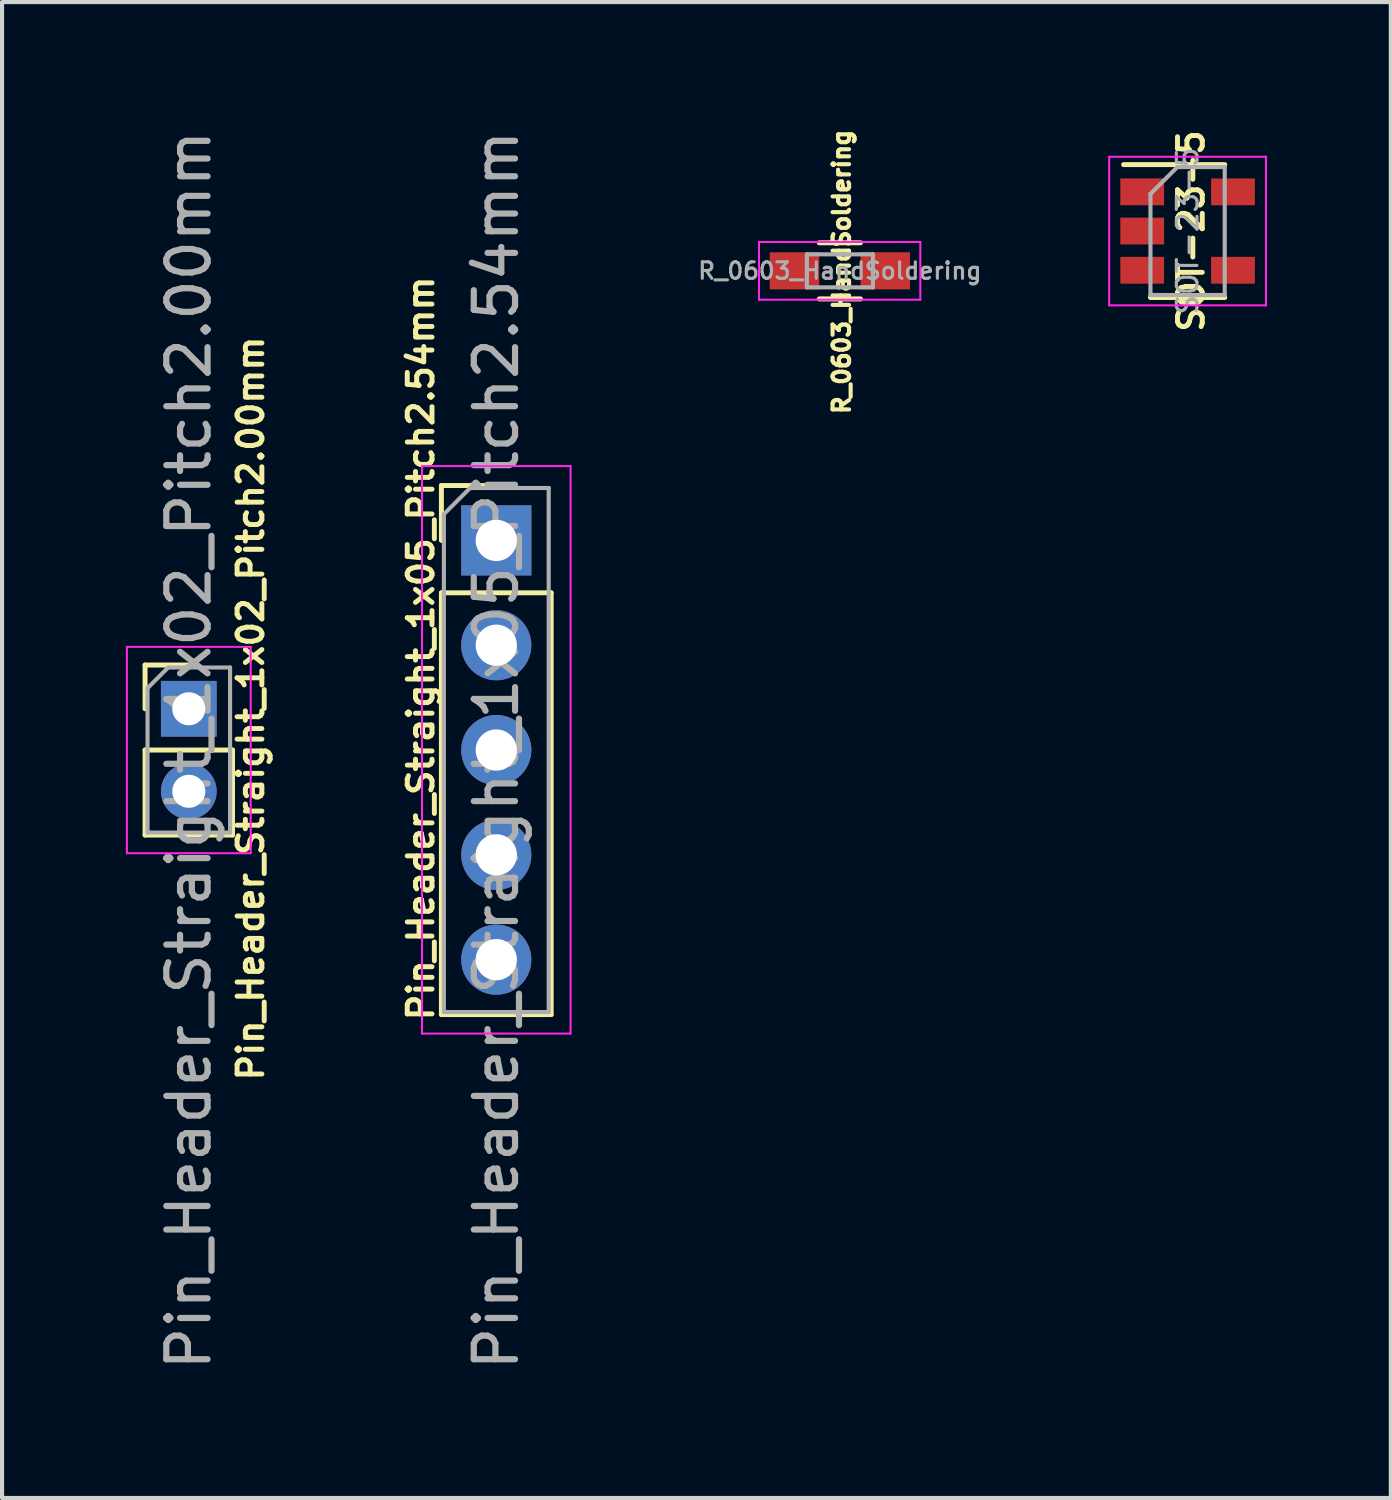
<source format=kicad_pcb>
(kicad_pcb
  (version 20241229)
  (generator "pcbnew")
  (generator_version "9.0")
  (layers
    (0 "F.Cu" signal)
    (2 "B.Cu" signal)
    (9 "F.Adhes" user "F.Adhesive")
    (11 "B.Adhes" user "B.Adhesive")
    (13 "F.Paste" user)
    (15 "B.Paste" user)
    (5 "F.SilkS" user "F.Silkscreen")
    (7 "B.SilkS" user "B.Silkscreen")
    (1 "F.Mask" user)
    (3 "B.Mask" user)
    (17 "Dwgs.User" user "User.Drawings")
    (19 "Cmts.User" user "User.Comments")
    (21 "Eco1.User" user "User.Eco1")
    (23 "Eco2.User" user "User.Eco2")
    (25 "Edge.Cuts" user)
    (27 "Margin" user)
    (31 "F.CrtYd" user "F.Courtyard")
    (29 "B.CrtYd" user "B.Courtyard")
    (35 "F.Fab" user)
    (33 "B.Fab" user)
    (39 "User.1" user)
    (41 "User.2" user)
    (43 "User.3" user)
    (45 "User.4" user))
  (footprint "Pin_Header_Straight_1x02_Pitch2.00mm"
    (layer "F.Cu")
    (at 1.525 14.125)
    (property "Reference" "Pin_Header_Straight_1x02_Pitch2.00mm" (at 1.499 -0.007 270) (layer "F.SilkS") (effects (font (size 0.6 0.6) (thickness 0.12))))
    (attr through_hole)
    (fp_line (start -1.06 -1.06) (end 0 -1.06) (stroke (width 0.12) (type solid)) (layer "F.SilkS"))
    (fp_line (start -1.06 0) (end -1.06 -1.06) (stroke (width 0.12) (type solid)) (layer "F.SilkS"))
    (fp_line (start -1.06 1) (end -1.06 3.06) (stroke (width 0.12) (type solid)) (layer "F.SilkS"))
    (fp_line (start -1.06 1) (end 1.06 1) (stroke (width 0.12) (type solid)) (layer "F.SilkS"))
    (fp_line (start -1.06 3.06) (end 1.06 3.06) (stroke (width 0.12) (type solid)) (layer "F.SilkS"))
    (fp_line (start 1.06 1) (end 1.06 3.06) (stroke (width 0.12) (type solid)) (layer "F.SilkS"))
    (fp_line (start -1.5 -1.5) (end -1.5 3.5) (stroke (width 0.05) (type solid)) (layer "F.CrtYd"))
    (fp_line (start -1.5 3.5) (end 1.5 3.5) (stroke (width 0.05) (type solid)) (layer "F.CrtYd"))
    (fp_line (start 1.5 -1.5) (end -1.5 -1.5) (stroke (width 0.05) (type solid)) (layer "F.CrtYd"))
    (fp_line (start 1.5 3.5) (end 1.5 -1.5) (stroke (width 0.05) (type solid)) (layer "F.CrtYd"))
    (fp_line (start -1 -0.5) (end -0.5 -1) (stroke (width 0.1) (type solid)) (layer "F.Fab"))
    (fp_line (start -1 3) (end -1 -0.5) (stroke (width 0.1) (type solid)) (layer "F.Fab"))
    (fp_line (start -0.5 -1) (end 1 -1) (stroke (width 0.1) (type solid)) (layer "F.Fab"))
    (fp_line (start 1 -1) (end 1 3) (stroke (width 0.1) (type solid)) (layer "F.Fab"))
    (fp_line (start 1 3) (end -1 3) (stroke (width 0.1) (type solid)) (layer "F.Fab"))
    (fp_text user "${REFERENCE}" (at 0 1 90) (layer "F.Fab") (effects (font (size 1 1) (thickness 0.15))))
    (pad "1" thru_hole rect (at 0 0) (size 1.35 1.35) (drill 0.8) (layers "*.Cu" "*.Mask"))
    (pad "2" thru_hole oval (at 0 2) (size 1.35 1.35) (drill 0.8) (layers "*.Cu" "*.Mask")))
  (footprint "Pin_Header_Straight_1x05_Pitch2.54mm"
    (layer "F.Cu")
    (at 8.976 10.045)
    (property "Reference" "Pin_Header_Straight_1x05_Pitch2.54mm" (at -1.829 2.616 90) (layer "F.SilkS") (effects (font (size 0.6 0.6) (thickness 0.12))))
    (attr through_hole)
    (fp_line (start -1.33 -1.33) (end 0 -1.33) (stroke (width 0.12) (type solid)) (layer "F.SilkS"))
    (fp_line (start -1.33 0) (end -1.33 -1.33) (stroke (width 0.12) (type solid)) (layer "F.SilkS"))
    (fp_line (start -1.33 1.27) (end -1.33 11.49) (stroke (width 0.12) (type solid)) (layer "F.SilkS"))
    (fp_line (start -1.33 1.27) (end 1.33 1.27) (stroke (width 0.12) (type solid)) (layer "F.SilkS"))
    (fp_line (start -1.33 11.49) (end 1.33 11.49) (stroke (width 0.12) (type solid)) (layer "F.SilkS"))
    (fp_line (start 1.33 1.27) (end 1.33 11.49) (stroke (width 0.12) (type solid)) (layer "F.SilkS"))
    (fp_line (start -1.8 -1.8) (end -1.8 11.95) (stroke (width 0.05) (type solid)) (layer "F.CrtYd"))
    (fp_line (start -1.8 11.95) (end 1.8 11.95) (stroke (width 0.05) (type solid)) (layer "F.CrtYd"))
    (fp_line (start 1.8 -1.8) (end -1.8 -1.8) (stroke (width 0.05) (type solid)) (layer "F.CrtYd"))
    (fp_line (start 1.8 11.95) (end 1.8 -1.8) (stroke (width 0.05) (type solid)) (layer "F.CrtYd"))
    (fp_line (start -1.27 -0.635) (end -0.635 -1.27) (stroke (width 0.1) (type solid)) (layer "F.Fab"))
    (fp_line (start -1.27 11.43) (end -1.27 -0.635) (stroke (width 0.1) (type solid)) (layer "F.Fab"))
    (fp_line (start -0.635 -1.27) (end 1.27 -1.27) (stroke (width 0.1) (type solid)) (layer "F.Fab"))
    (fp_line (start 1.27 -1.27) (end 1.27 11.43) (stroke (width 0.1) (type solid)) (layer "F.Fab"))
    (fp_line (start 1.27 11.43) (end -1.27 11.43) (stroke (width 0.1) (type solid)) (layer "F.Fab"))
    (fp_text user "${REFERENCE}" (at 0 5.08 90) (layer "F.Fab") (effects (font (size 1 1) (thickness 0.15))))
    (pad "1" thru_hole rect (at 0 0) (size 1.7 1.7) (drill 1) (layers "*.Cu" "*.Mask"))
    (pad "2" thru_hole oval (at 0 2.54) (size 1.7 1.7) (drill 1) (layers "*.Cu" "*.Mask"))
    (pad "3" thru_hole oval (at 0 5.08) (size 1.7 1.7) (drill 1) (layers "*.Cu" "*.Mask"))
    (pad "4" thru_hole oval (at 0 7.62) (size 1.7 1.7) (drill 1) (layers "*.Cu" "*.Mask"))
    (pad "5" thru_hole oval (at 0 10.16) (size 1.7 1.7) (drill 1) (layers "*.Cu" "*.Mask")))
  (footprint "SOT-23-5"
    (layer "F.Cu")
    (at 25.728 2.549)
    (property "Reference" "SOT-23-5" (at 0.084 0 90) (layer "F.SilkS") (effects (font (size 0.6 0.6) (thickness 0.12))))
    (attr smd)
    (fp_line (start -0.9 1.61) (end 0.9 1.61) (stroke (width 0.12) (type solid)) (layer "F.SilkS"))
    (fp_line (start 0.9 -1.61) (end -1.55 -1.61) (stroke (width 0.12) (type solid)) (layer "F.SilkS"))
    (fp_line (start -1.9 -1.8) (end 1.9 -1.8) (stroke (width 0.05) (type solid)) (layer "F.CrtYd"))
    (fp_line (start -1.9 1.8) (end -1.9 -1.8) (stroke (width 0.05) (type solid)) (layer "F.CrtYd"))
    (fp_line (start 1.9 -1.8) (end 1.9 1.8) (stroke (width 0.05) (type solid)) (layer "F.CrtYd"))
    (fp_line (start 1.9 1.8) (end -1.9 1.8) (stroke (width 0.05) (type solid)) (layer "F.CrtYd"))
    (fp_line (start -0.9 -0.9) (end -0.9 1.55) (stroke (width 0.1) (type solid)) (layer "F.Fab"))
    (fp_line (start -0.9 -0.9) (end -0.25 -1.55) (stroke (width 0.1) (type solid)) (layer "F.Fab"))
    (fp_line (start 0.9 -1.55) (end -0.25 -1.55) (stroke (width 0.1) (type solid)) (layer "F.Fab"))
    (fp_line (start 0.9 -1.55) (end 0.9 1.55) (stroke (width 0.1) (type solid)) (layer "F.Fab"))
    (fp_line (start 0.9 1.55) (end -0.9 1.55) (stroke (width 0.1) (type solid)) (layer "F.Fab"))
    (fp_text user "${REFERENCE}" (at 0 0 90) (layer "F.Fab") (effects (font (size 0.5 0.5) (thickness 0.075))))
    (pad "1" smd rect (at -1.1 -0.95) (size 1.06 0.65) (layers "F.Cu" "F.Mask" "F.Paste"))
    (pad "2" smd rect (at -1.1 0) (size 1.06 0.65) (layers "F.Cu" "F.Mask" "F.Paste"))
    (pad "3" smd rect (at -1.1 0.95) (size 1.06 0.65) (layers "F.Cu" "F.Mask" "F.Paste"))
    (pad "4" smd rect (at 1.1 0.95) (size 1.06 0.65) (layers "F.Cu" "F.Mask" "F.Paste"))
    (pad "5" smd rect (at 1.1 -0.95) (size 1.06 0.65) (layers "F.Cu" "F.Mask" "F.Paste")))
  (footprint "R_0603_HandSoldering"
    (layer "F.Cu")
    (at 17.302 3.513)
    (property "Reference" "R_0603_HandSoldering" (at 0.043 0.025 270) (layer "F.SilkS") (effects (font (size 0.4 0.4) (thickness 0.1))))
    (attr smd)
    (fp_line (start -0.5 -0.68) (end 0.5 -0.68) (stroke (width 0.12) (type solid)) (layer "F.SilkS"))
    (fp_line (start 0.5 0.68) (end -0.5 0.68) (stroke (width 0.12) (type solid)) (layer "F.SilkS"))
    (fp_line (start -1.96 -0.7) (end -1.96 0.7) (stroke (width 0.05) (type solid)) (layer "F.CrtYd"))
    (fp_line (start -1.96 -0.7) (end 1.95 -0.7) (stroke (width 0.05) (type solid)) (layer "F.CrtYd"))
    (fp_line (start 1.95 0.7) (end -1.96 0.7) (stroke (width 0.05) (type solid)) (layer "F.CrtYd"))
    (fp_line (start 1.95 0.7) (end 1.95 -0.7) (stroke (width 0.05) (type solid)) (layer "F.CrtYd"))
    (fp_line (start -0.8 -0.4) (end 0.8 -0.4) (stroke (width 0.1) (type solid)) (layer "F.Fab"))
    (fp_line (start -0.8 0.4) (end -0.8 -0.4) (stroke (width 0.1) (type solid)) (layer "F.Fab"))
    (fp_line (start 0.8 -0.4) (end 0.8 0.4) (stroke (width 0.1) (type solid)) (layer "F.Fab"))
    (fp_line (start 0.8 0.4) (end -0.8 0.4) (stroke (width 0.1) (type solid)) (layer "F.Fab"))
    (fp_text user "${REFERENCE}" (at 0 0 0) (layer "F.Fab") (effects (font (size 0.4 0.4) (thickness 0.075))))
    (pad "1" smd rect (at -1.1 0) (size 1.2 0.9) (layers "F.Cu" "F.Mask" "F.Paste"))
    (pad "2" smd rect (at 1.1 0) (size 1.2 0.9) (layers "F.Cu" "F.Mask" "F.Paste")))
  (gr_rect
    (start -3 -3)
    (end 30.653 33.25)
    (stroke (width 0.1) (type default))
    (fill no)
    (layer "Edge.Cuts")))
</source>
